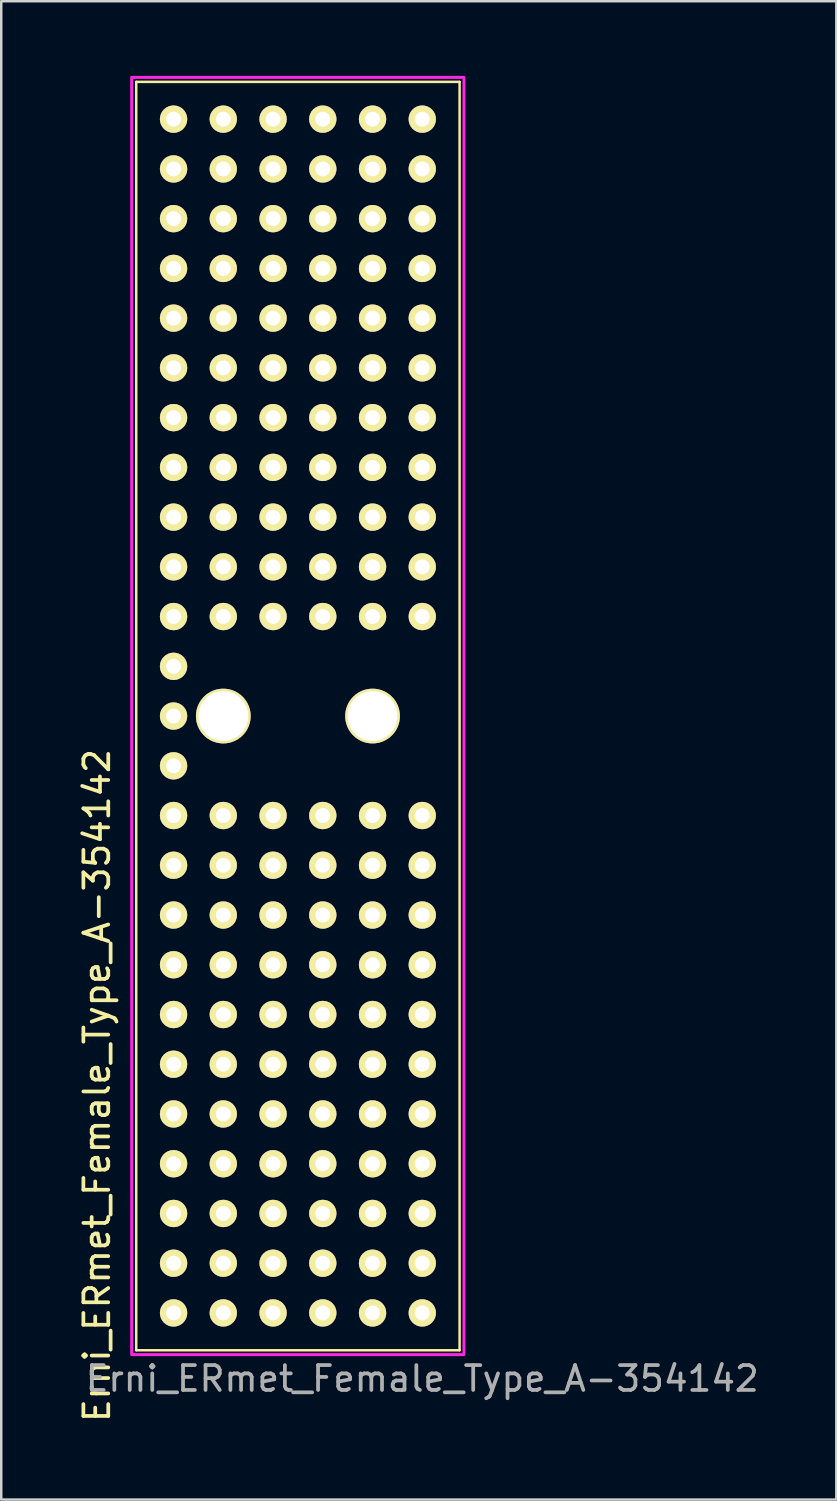
<source format=kicad_pcb>
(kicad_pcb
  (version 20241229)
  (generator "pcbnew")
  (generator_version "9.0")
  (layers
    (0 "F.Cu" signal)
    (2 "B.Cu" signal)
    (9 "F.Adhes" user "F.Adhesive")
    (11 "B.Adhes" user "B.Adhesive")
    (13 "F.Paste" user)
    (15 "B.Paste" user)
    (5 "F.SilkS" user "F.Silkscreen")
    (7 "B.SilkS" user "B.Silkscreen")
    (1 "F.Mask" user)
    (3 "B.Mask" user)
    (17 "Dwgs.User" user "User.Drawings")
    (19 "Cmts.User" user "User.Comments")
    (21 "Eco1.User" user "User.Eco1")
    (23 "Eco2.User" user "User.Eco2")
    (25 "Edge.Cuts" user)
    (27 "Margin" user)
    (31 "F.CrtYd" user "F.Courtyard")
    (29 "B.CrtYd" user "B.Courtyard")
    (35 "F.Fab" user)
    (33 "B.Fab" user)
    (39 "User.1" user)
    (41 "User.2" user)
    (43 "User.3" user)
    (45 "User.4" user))
  (footprint "Erni_ERmet_Female_Type_A-354142"
    (layer "F.Cu")
    (at 13.929 49.742)
    (property "Reference" "Erni_ERmet_Female_Type_A-354142" (at -13.081 -9.144 90) (layer "F.SilkS") (effects (font (size 1 1) (thickness 0.15))))
    (attr smd)
    (fp_line (start -11.501 -49.5) (end 1.501 -49.5) (stroke (width 0.1) (type solid)) (layer "F.SilkS"))
    (fp_line (start -11.501 1.501) (end -11.501 -49.5) (stroke (width 0.1) (type solid)) (layer "F.SilkS"))
    (fp_line (start 1.501 -49.5) (end 1.501 1.501) (stroke (width 0.1) (type solid)) (layer "F.SilkS"))
    (fp_line (start 1.501 1.501) (end -11.501 1.501) (stroke (width 0.1) (type solid)) (layer "F.SilkS"))
    (fp_rect (start -11.684 -49.682) (end 1.676 1.676) (stroke (width 0.12) (type solid)) (fill no) (layer "F.CrtYd"))
    (fp_text user "${REFERENCE}" (at 0 2.642 0) (layer "F.Fab") (effects (font (size 1 1) (thickness 0.15))))
    (pad "" np_thru_hole circle (at -8.001 -24) (size 2.2 2.2) (drill 1.999) (layers "*.Cu" "*.Mask" "F.SilkS"))
    (pad "" np_thru_hole circle (at -1.999 -24) (size 2.2 2.2) (drill 1.999) (layers "*.Cu" "*.Mask" "F.SilkS"))
    (pad "A1" thru_hole circle (at 0 0) (size 1.1 1.1) (drill 0.599) (layers "*.Cu" "*.Mask" "F.SilkS"))
    (pad "A2" thru_hole circle (at 0 -1.999) (size 1.1 1.1) (drill 0.599) (layers "*.Cu" "*.Mask" "F.SilkS"))
    (pad "A3" thru_hole circle (at 0 -4) (size 1.1 1.1) (drill 0.599) (layers "*.Cu" "*.Mask" "F.SilkS"))
    (pad "A4" thru_hole circle (at 0 -5.999) (size 1.1 1.1) (drill 0.599) (layers "*.Cu" "*.Mask" "F.SilkS"))
    (pad "A5" thru_hole circle (at 0 -8.001) (size 1.1 1.1) (drill 0.599) (layers "*.Cu" "*.Mask" "F.SilkS"))
    (pad "A6" thru_hole circle (at 0 -10) (size 1.1 1.1) (drill 0.599) (layers "*.Cu" "*.Mask" "F.SilkS"))
    (pad "A7" thru_hole circle (at 0 -11.999) (size 1.1 1.1) (drill 0.599) (layers "*.Cu" "*.Mask" "F.SilkS"))
    (pad "A8" thru_hole circle (at 0 -14) (size 1.1 1.1) (drill 0.599) (layers "*.Cu" "*.Mask" "F.SilkS"))
    (pad "A9" thru_hole circle (at 0 -15.999) (size 1.1 1.1) (drill 0.599) (layers "*.Cu" "*.Mask" "F.SilkS"))
    (pad "A10" thru_hole circle (at 0 -18.001) (size 1.1 1.1) (drill 0.599) (layers "*.Cu" "*.Mask" "F.SilkS"))
    (pad "A11" thru_hole circle (at 0 -20) (size 1.1 1.1) (drill 0.599) (layers "*.Cu" "*.Mask" "F.SilkS"))
    (pad "A15" thru_hole circle (at 0 -28.001) (size 1.1 1.1) (drill 0.599) (layers "*.Cu" "*.Mask" "F.SilkS"))
    (pad "A16" thru_hole circle (at 0 -30) (size 1.1 1.1) (drill 0.599) (layers "*.Cu" "*.Mask" "F.SilkS"))
    (pad "A17" thru_hole circle (at 0 -31.999) (size 1.1 1.1) (drill 0.599) (layers "*.Cu" "*.Mask" "F.SilkS"))
    (pad "A18" thru_hole circle (at 0 -34) (size 1.1 1.1) (drill 0.599) (layers "*.Cu" "*.Mask" "F.SilkS"))
    (pad "A19" thru_hole circle (at 0 -35.999) (size 1.1 1.1) (drill 0.599) (layers "*.Cu" "*.Mask" "F.SilkS"))
    (pad "A20" thru_hole circle (at 0 -38.001) (size 1.1 1.1) (drill 0.599) (layers "*.Cu" "*.Mask" "F.SilkS"))
    (pad "A21" thru_hole circle (at 0 -40) (size 1.1 1.1) (drill 0.599) (layers "*.Cu" "*.Mask" "F.SilkS"))
    (pad "A22" thru_hole circle (at 0 -41.999) (size 1.1 1.1) (drill 0.599) (layers "*.Cu" "*.Mask" "F.SilkS"))
    (pad "A23" thru_hole circle (at 0 -44) (size 1.1 1.1) (drill 0.599) (layers "*.Cu" "*.Mask" "F.SilkS"))
    (pad "A24" thru_hole circle (at 0 -45.999) (size 1.1 1.1) (drill 0.599) (layers "*.Cu" "*.Mask" "F.SilkS"))
    (pad "A25" thru_hole circle (at 0 -48.001) (size 1.1 1.1) (drill 0.599) (layers "*.Cu" "*.Mask" "F.SilkS"))
    (pad "B1" thru_hole circle (at -1.999 0) (size 1.1 1.1) (drill 0.599) (layers "*.Cu" "*.Mask" "F.SilkS"))
    (pad "B2" thru_hole circle (at -1.999 -1.999) (size 1.1 1.1) (drill 0.599) (layers "*.Cu" "*.Mask" "F.SilkS"))
    (pad "B3" thru_hole circle (at -1.999 -4) (size 1.1 1.1) (drill 0.599) (layers "*.Cu" "*.Mask" "F.SilkS"))
    (pad "B4" thru_hole circle (at -1.999 -5.999) (size 1.1 1.1) (drill 0.599) (layers "*.Cu" "*.Mask" "F.SilkS"))
    (pad "B5" thru_hole circle (at -1.999 -8.001) (size 1.1 1.1) (drill 0.599) (layers "*.Cu" "*.Mask" "F.SilkS"))
    (pad "B6" thru_hole circle (at -1.999 -10) (size 1.1 1.1) (drill 0.599) (layers "*.Cu" "*.Mask" "F.SilkS"))
    (pad "B7" thru_hole circle (at -1.999 -11.999) (size 1.1 1.1) (drill 0.599) (layers "*.Cu" "*.Mask" "F.SilkS"))
    (pad "B8" thru_hole circle (at -1.999 -14) (size 1.1 1.1) (drill 0.599) (layers "*.Cu" "*.Mask" "F.SilkS"))
    (pad "B9" thru_hole circle (at -1.999 -15.999) (size 1.1 1.1) (drill 0.599) (layers "*.Cu" "*.Mask" "F.SilkS"))
    (pad "B10" thru_hole circle (at -1.999 -18.001) (size 1.1 1.1) (drill 0.599) (layers "*.Cu" "*.Mask" "F.SilkS"))
    (pad "B11" thru_hole circle (at -1.999 -20) (size 1.1 1.1) (drill 0.599) (layers "*.Cu" "*.Mask" "F.SilkS"))
    (pad "B15" thru_hole circle (at -1.999 -28.001) (size 1.1 1.1) (drill 0.599) (layers "*.Cu" "*.Mask" "F.SilkS"))
    (pad "B16" thru_hole circle (at -1.999 -30) (size 1.1 1.1) (drill 0.599) (layers "*.Cu" "*.Mask" "F.SilkS"))
    (pad "B17" thru_hole circle (at -1.999 -31.999) (size 1.1 1.1) (drill 0.599) (layers "*.Cu" "*.Mask" "F.SilkS"))
    (pad "B18" thru_hole circle (at -1.999 -34) (size 1.1 1.1) (drill 0.599) (layers "*.Cu" "*.Mask" "F.SilkS"))
    (pad "B19" thru_hole circle (at -1.999 -35.999) (size 1.1 1.1) (drill 0.599) (layers "*.Cu" "*.Mask" "F.SilkS"))
    (pad "B20" thru_hole circle (at -1.999 -38.001) (size 1.1 1.1) (drill 0.599) (layers "*.Cu" "*.Mask" "F.SilkS"))
    (pad "B21" thru_hole circle (at -1.999 -40) (size 1.1 1.1) (drill 0.599) (layers "*.Cu" "*.Mask" "F.SilkS"))
    (pad "B22" thru_hole circle (at -1.999 -41.999) (size 1.1 1.1) (drill 0.599) (layers "*.Cu" "*.Mask" "F.SilkS"))
    (pad "B23" thru_hole circle (at -1.999 -44) (size 1.1 1.1) (drill 0.599) (layers "*.Cu" "*.Mask" "F.SilkS"))
    (pad "B24" thru_hole circle (at -1.999 -45.999) (size 1.1 1.1) (drill 0.599) (layers "*.Cu" "*.Mask" "F.SilkS"))
    (pad "B25" thru_hole circle (at -1.999 -48.001) (size 1.1 1.1) (drill 0.599) (layers "*.Cu" "*.Mask" "F.SilkS"))
    (pad "C1" thru_hole circle (at -4 0) (size 1.1 1.1) (drill 0.599) (layers "*.Cu" "*.Mask" "F.SilkS"))
    (pad "C2" thru_hole circle (at -4 -1.999) (size 1.1 1.1) (drill 0.599) (layers "*.Cu" "*.Mask" "F.SilkS"))
    (pad "C3" thru_hole circle (at -4 -4) (size 1.1 1.1) (drill 0.599) (layers "*.Cu" "*.Mask" "F.SilkS"))
    (pad "C4" thru_hole circle (at -4 -5.999) (size 1.1 1.1) (drill 0.599) (layers "*.Cu" "*.Mask" "F.SilkS"))
    (pad "C5" thru_hole circle (at -4 -8.001) (size 1.1 1.1) (drill 0.599) (layers "*.Cu" "*.Mask" "F.SilkS"))
    (pad "C6" thru_hole circle (at -4 -10) (size 1.1 1.1) (drill 0.599) (layers "*.Cu" "*.Mask" "F.SilkS"))
    (pad "C7" thru_hole circle (at -4 -11.999) (size 1.1 1.1) (drill 0.599) (layers "*.Cu" "*.Mask" "F.SilkS"))
    (pad "C8" thru_hole circle (at -4 -14) (size 1.1 1.1) (drill 0.599) (layers "*.Cu" "*.Mask" "F.SilkS"))
    (pad "C9" thru_hole circle (at -4 -15.999) (size 1.1 1.1) (drill 0.599) (layers "*.Cu" "*.Mask" "F.SilkS"))
    (pad "C10" thru_hole circle (at -4 -18.001) (size 1.1 1.1) (drill 0.599) (layers "*.Cu" "*.Mask" "F.SilkS"))
    (pad "C11" thru_hole circle (at -4 -20) (size 1.1 1.1) (drill 0.599) (layers "*.Cu" "*.Mask" "F.SilkS"))
    (pad "C15" thru_hole circle (at -4 -28.001) (size 1.1 1.1) (drill 0.599) (layers "*.Cu" "*.Mask" "F.SilkS"))
    (pad "C16" thru_hole circle (at -4 -30) (size 1.1 1.1) (drill 0.599) (layers "*.Cu" "*.Mask" "F.SilkS"))
    (pad "C17" thru_hole circle (at -4 -31.999) (size 1.1 1.1) (drill 0.599) (layers "*.Cu" "*.Mask" "F.SilkS"))
    (pad "C18" thru_hole circle (at -4 -34) (size 1.1 1.1) (drill 0.599) (layers "*.Cu" "*.Mask" "F.SilkS"))
    (pad "C19" thru_hole circle (at -4 -35.999) (size 1.1 1.1) (drill 0.599) (layers "*.Cu" "*.Mask" "F.SilkS"))
    (pad "C20" thru_hole circle (at -4 -38.001) (size 1.1 1.1) (drill 0.599) (layers "*.Cu" "*.Mask" "F.SilkS"))
    (pad "C21" thru_hole circle (at -4 -40) (size 1.1 1.1) (drill 0.599) (layers "*.Cu" "*.Mask" "F.SilkS"))
    (pad "C22" thru_hole circle (at -4 -41.999) (size 1.1 1.1) (drill 0.599) (layers "*.Cu" "*.Mask" "F.SilkS"))
    (pad "C23" thru_hole circle (at -4 -44) (size 1.1 1.1) (drill 0.599) (layers "*.Cu" "*.Mask" "F.SilkS"))
    (pad "C24" thru_hole circle (at -4 -45.999) (size 1.1 1.1) (drill 0.599) (layers "*.Cu" "*.Mask" "F.SilkS"))
    (pad "C25" thru_hole circle (at -4 -48.001) (size 1.1 1.1) (drill 0.599) (layers "*.Cu" "*.Mask" "F.SilkS"))
    (pad "D1" thru_hole circle (at -5.999 0) (size 1.1 1.1) (drill 0.599) (layers "*.Cu" "*.Mask" "F.SilkS"))
    (pad "D2" thru_hole circle (at -5.999 -1.999) (size 1.1 1.1) (drill 0.599) (layers "*.Cu" "*.Mask" "F.SilkS"))
    (pad "D3" thru_hole circle (at -5.999 -4) (size 1.1 1.1) (drill 0.599) (layers "*.Cu" "*.Mask" "F.SilkS"))
    (pad "D4" thru_hole circle (at -5.999 -5.999) (size 1.1 1.1) (drill 0.599) (layers "*.Cu" "*.Mask" "F.SilkS"))
    (pad "D5" thru_hole circle (at -5.999 -8.001) (size 1.1 1.1) (drill 0.599) (layers "*.Cu" "*.Mask" "F.SilkS"))
    (pad "D6" thru_hole circle (at -5.999 -10) (size 1.1 1.1) (drill 0.599) (layers "*.Cu" "*.Mask" "F.SilkS"))
    (pad "D7" thru_hole circle (at -5.999 -11.999) (size 1.1 1.1) (drill 0.599) (layers "*.Cu" "*.Mask" "F.SilkS"))
    (pad "D8" thru_hole circle (at -5.999 -14) (size 1.1 1.1) (drill 0.599) (layers "*.Cu" "*.Mask" "F.SilkS"))
    (pad "D9" thru_hole circle (at -5.999 -15.999) (size 1.1 1.1) (drill 0.599) (layers "*.Cu" "*.Mask" "F.SilkS"))
    (pad "D10" thru_hole circle (at -5.999 -18.001) (size 1.1 1.1) (drill 0.599) (layers "*.Cu" "*.Mask" "F.SilkS"))
    (pad "D11" thru_hole circle (at -5.999 -20) (size 1.1 1.1) (drill 0.599) (layers "*.Cu" "*.Mask" "F.SilkS"))
    (pad "D15" thru_hole circle (at -5.999 -28.001) (size 1.1 1.1) (drill 0.599) (layers "*.Cu" "*.Mask" "F.SilkS"))
    (pad "D16" thru_hole circle (at -5.999 -30) (size 1.1 1.1) (drill 0.599) (layers "*.Cu" "*.Mask" "F.SilkS"))
    (pad "D17" thru_hole circle (at -5.999 -31.999) (size 1.1 1.1) (drill 0.599) (layers "*.Cu" "*.Mask" "F.SilkS"))
    (pad "D18" thru_hole circle (at -5.999 -34) (size 1.1 1.1) (drill 0.599) (layers "*.Cu" "*.Mask" "F.SilkS"))
    (pad "D19" thru_hole circle (at -5.999 -35.999) (size 1.1 1.1) (drill 0.599) (layers "*.Cu" "*.Mask" "F.SilkS"))
    (pad "D20" thru_hole circle (at -5.999 -38.001) (size 1.1 1.1) (drill 0.599) (layers "*.Cu" "*.Mask" "F.SilkS"))
    (pad "D21" thru_hole circle (at -5.999 -40) (size 1.1 1.1) (drill 0.599) (layers "*.Cu" "*.Mask" "F.SilkS"))
    (pad "D22" thru_hole circle (at -5.999 -41.999) (size 1.1 1.1) (drill 0.599) (layers "*.Cu" "*.Mask" "F.SilkS"))
    (pad "D23" thru_hole circle (at -5.999 -44) (size 1.1 1.1) (drill 0.599) (layers "*.Cu" "*.Mask" "F.SilkS"))
    (pad "D24" thru_hole circle (at -5.999 -45.999) (size 1.1 1.1) (drill 0.599) (layers "*.Cu" "*.Mask" "F.SilkS"))
    (pad "D25" thru_hole circle (at -5.999 -48.001) (size 1.1 1.1) (drill 0.599) (layers "*.Cu" "*.Mask" "F.SilkS"))
    (pad "E1" thru_hole circle (at -8.001 0) (size 1.1 1.1) (drill 0.599) (layers "*.Cu" "*.Mask" "F.SilkS"))
    (pad "E2" thru_hole circle (at -8.001 -1.999) (size 1.1 1.1) (drill 0.599) (layers "*.Cu" "*.Mask" "F.SilkS"))
    (pad "E3" thru_hole circle (at -8.001 -4) (size 1.1 1.1) (drill 0.599) (layers "*.Cu" "*.Mask" "F.SilkS"))
    (pad "E4" thru_hole circle (at -8.001 -5.999) (size 1.1 1.1) (drill 0.599) (layers "*.Cu" "*.Mask" "F.SilkS"))
    (pad "E5" thru_hole circle (at -8.001 -8.001) (size 1.1 1.1) (drill 0.599) (layers "*.Cu" "*.Mask" "F.SilkS"))
    (pad "E6" thru_hole circle (at -8.001 -10) (size 1.1 1.1) (drill 0.599) (layers "*.Cu" "*.Mask" "F.SilkS"))
    (pad "E7" thru_hole circle (at -8.001 -11.999) (size 1.1 1.1) (drill 0.599) (layers "*.Cu" "*.Mask" "F.SilkS"))
    (pad "E8" thru_hole circle (at -8.001 -14) (size 1.1 1.1) (drill 0.599) (layers "*.Cu" "*.Mask" "F.SilkS"))
    (pad "E9" thru_hole circle (at -8.001 -15.999) (size 1.1 1.1) (drill 0.599) (layers "*.Cu" "*.Mask" "F.SilkS"))
    (pad "E10" thru_hole circle (at -8.001 -18.001) (size 1.1 1.1) (drill 0.599) (layers "*.Cu" "*.Mask" "F.SilkS"))
    (pad "E11" thru_hole circle (at -8.001 -20) (size 1.1 1.1) (drill 0.599) (layers "*.Cu" "*.Mask" "F.SilkS"))
    (pad "E15" thru_hole circle (at -8.001 -28.001) (size 1.1 1.1) (drill 0.599) (layers "*.Cu" "*.Mask" "F.SilkS"))
    (pad "E16" thru_hole circle (at -8.001 -30) (size 1.1 1.1) (drill 0.599) (layers "*.Cu" "*.Mask" "F.SilkS"))
    (pad "E17" thru_hole circle (at -8.001 -31.999) (size 1.1 1.1) (drill 0.599) (layers "*.Cu" "*.Mask" "F.SilkS"))
    (pad "E18" thru_hole circle (at -8.001 -34) (size 1.1 1.1) (drill 0.599) (layers "*.Cu" "*.Mask" "F.SilkS"))
    (pad "E19" thru_hole circle (at -8.001 -35.999) (size 1.1 1.1) (drill 0.599) (layers "*.Cu" "*.Mask" "F.SilkS"))
    (pad "E20" thru_hole circle (at -8.001 -38.001) (size 1.1 1.1) (drill 0.599) (layers "*.Cu" "*.Mask" "F.SilkS"))
    (pad "E21" thru_hole circle (at -8.001 -40) (size 1.1 1.1) (drill 0.599) (layers "*.Cu" "*.Mask" "F.SilkS"))
    (pad "E22" thru_hole circle (at -8.001 -41.999) (size 1.1 1.1) (drill 0.599) (layers "*.Cu" "*.Mask" "F.SilkS"))
    (pad "E23" thru_hole circle (at -8.001 -44) (size 1.1 1.1) (drill 0.599) (layers "*.Cu" "*.Mask" "F.SilkS"))
    (pad "E24" thru_hole circle (at -8.001 -45.999) (size 1.1 1.1) (drill 0.599) (layers "*.Cu" "*.Mask" "F.SilkS"))
    (pad "E25" thru_hole circle (at -8.001 -48.001) (size 1.1 1.1) (drill 0.599) (layers "*.Cu" "*.Mask" "F.SilkS"))
    (pad "F1" thru_hole circle (at -10 0) (size 1.1 1.1) (drill 0.599) (layers "*.Cu" "*.Mask" "F.SilkS"))
    (pad "F2" thru_hole circle (at -10 -1.999) (size 1.1 1.1) (drill 0.599) (layers "*.Cu" "*.Mask" "F.SilkS"))
    (pad "F3" thru_hole circle (at -10 -4) (size 1.1 1.1) (drill 0.599) (layers "*.Cu" "*.Mask" "F.SilkS"))
    (pad "F4" thru_hole circle (at -10 -5.999) (size 1.1 1.1) (drill 0.599) (layers "*.Cu" "*.Mask" "F.SilkS"))
    (pad "F5" thru_hole circle (at -10 -8.001) (size 1.1 1.1) (drill 0.599) (layers "*.Cu" "*.Mask" "F.SilkS"))
    (pad "F6" thru_hole circle (at -10 -10) (size 1.1 1.1) (drill 0.599) (layers "*.Cu" "*.Mask" "F.SilkS"))
    (pad "F7" thru_hole circle (at -10 -11.999) (size 1.1 1.1) (drill 0.599) (layers "*.Cu" "*.Mask" "F.SilkS"))
    (pad "F8" thru_hole circle (at -10 -14) (size 1.1 1.1) (drill 0.599) (layers "*.Cu" "*.Mask" "F.SilkS"))
    (pad "F9" thru_hole circle (at -10 -15.999) (size 1.1 1.1) (drill 0.599) (layers "*.Cu" "*.Mask" "F.SilkS"))
    (pad "F10" thru_hole circle (at -10 -18.001) (size 1.1 1.1) (drill 0.599) (layers "*.Cu" "*.Mask" "F.SilkS"))
    (pad "F11" thru_hole circle (at -10 -20) (size 1.1 1.1) (drill 0.599) (layers "*.Cu" "*.Mask" "F.SilkS"))
    (pad "F12" thru_hole circle (at -10 -21.999) (size 1.1 1.1) (drill 0.599) (layers "*.Cu" "*.Mask" "F.SilkS"))
    (pad "F13" thru_hole circle (at -10 -24) (size 1.1 1.1) (drill 0.599) (layers "*.Cu" "*.Mask" "F.SilkS"))
    (pad "F14" thru_hole circle (at -10 -25.999) (size 1.1 1.1) (drill 0.599) (layers "*.Cu" "*.Mask" "F.SilkS"))
    (pad "F15" thru_hole circle (at -10 -28.001) (size 1.1 1.1) (drill 0.599) (layers "*.Cu" "*.Mask" "F.SilkS"))
    (pad "F16" thru_hole circle (at -10 -30) (size 1.1 1.1) (drill 0.599) (layers "*.Cu" "*.Mask" "F.SilkS"))
    (pad "F17" thru_hole circle (at -10 -31.999) (size 1.1 1.1) (drill 0.599) (layers "*.Cu" "*.Mask" "F.SilkS"))
    (pad "F18" thru_hole circle (at -10 -34) (size 1.1 1.1) (drill 0.599) (layers "*.Cu" "*.Mask" "F.SilkS"))
    (pad "F19" thru_hole circle (at -10 -35.999) (size 1.1 1.1) (drill 0.599) (layers "*.Cu" "*.Mask" "F.SilkS"))
    (pad "F20" thru_hole circle (at -10 -38.001) (size 1.1 1.1) (drill 0.599) (layers "*.Cu" "*.Mask" "F.SilkS"))
    (pad "F21" thru_hole circle (at -10 -40) (size 1.1 1.1) (drill 0.599) (layers "*.Cu" "*.Mask" "F.SilkS"))
    (pad "F22" thru_hole circle (at -10 -41.999) (size 1.1 1.1) (drill 0.599) (layers "*.Cu" "*.Mask" "F.SilkS"))
    (pad "F23" thru_hole circle (at -10 -44) (size 1.1 1.1) (drill 0.599) (layers "*.Cu" "*.Mask" "F.SilkS"))
    (pad "F24" thru_hole circle (at -10 -45.999) (size 1.1 1.1) (drill 0.599) (layers "*.Cu" "*.Mask" "F.SilkS"))
    (pad "F25" thru_hole circle (at -10 -48.001) (size 1.1 1.1) (drill 0.599) (layers "*.Cu" "*.Mask" "F.SilkS")))
  (gr_rect
    (start -3 -3)
    (end 30.578 57.247)
    (stroke (width 0.1) (type default))
    (fill no)
    (layer "Edge.Cuts")))
</source>
